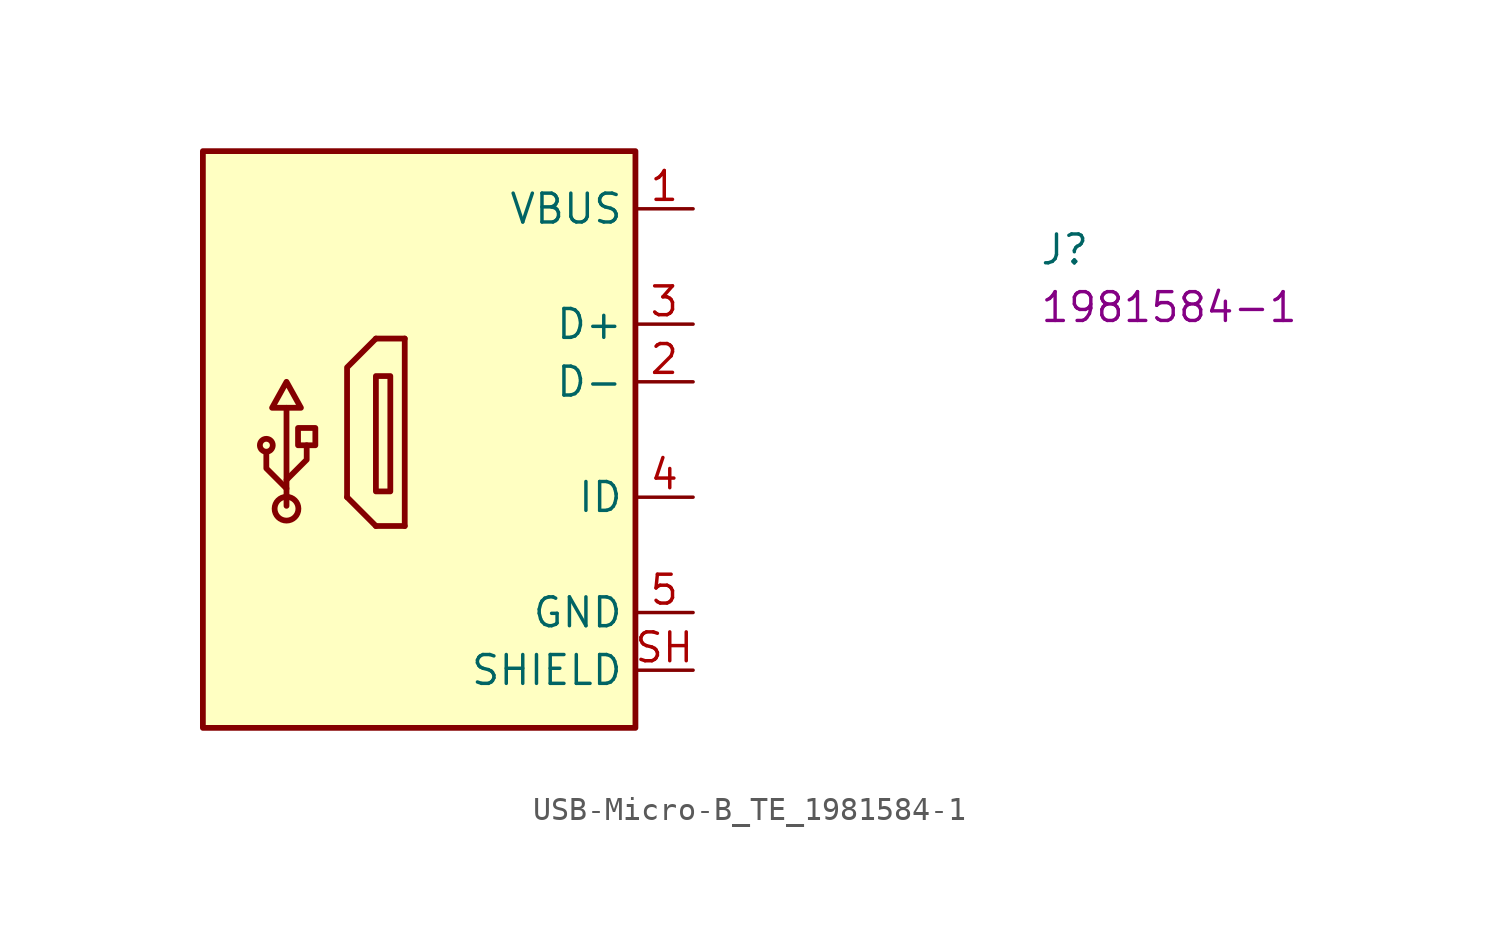
<source format=kicad_sym>
(kicad_symbol_lib
  (version 20220914)
  (generator kicad_symbol_editor)
  (symbol "USB-Micro-B_TE_1981584-1"
    (property "Reference" "J"
      (at 15.24 -2.54 0)
      (effects (font (size 1.27 1.27) (thickness 0.15)) (justify left bottom)))
    (property "MPN" "1981584-1"
      (at 15.24 -5.08 0)
      (effects (font (size 1.27 1.27) (thickness 0.15)) (justify left bottom)))
    (symbol "USB-Micro-B_TE_1981584-1_1_1"
      (rectangle (start -21.59 2.54) (end -2.54 -22.86) (stroke (width 0.254) (type default)) (fill (type background)))
      (circle (center -18.796 -10.414) (radius 0.284) (stroke (width 0.254) (type default)) (fill (type background)))
      (circle (center -17.907 -13.208) (radius 0.524) (stroke (width 0.254) (type default)) (fill (type background)))
      (rectangle (start -17.399 -10.414) (end -16.637 -9.652) (stroke (width 0.254) (type default)) (fill (type background)))
      (rectangle (start -13.335 -7.366) (end -13.97 -12.446) (stroke (width 0.254) (type default)) (fill (type background)))
      (polyline (pts (xy -17.907 -13.081) (xy -17.907 -8.763)) (stroke (width 0.254) (type default)) (fill (type background)))
      (polyline (pts (xy -13.97 -13.97) (xy -15.24 -12.7)) (stroke (width 0.254) (type default)) (fill (type background)))
      (polyline (pts (xy -12.7 -13.97) (xy -13.97 -13.97)) (stroke (width 0.254) (type default)) (fill (type background)))
      (polyline (pts (xy -12.7 -13.97) (xy -12.7 -5.715)) (stroke (width 0.254) (type default)) (fill (type background)))
      (polyline (pts (xy -12.7 -5.715) (xy -13.97 -5.715)) (stroke (width 0.254) (type default)) (fill (type background)))
      (polyline (pts (xy -17.907 -12.319) (xy -18.796 -11.43) (xy -18.796 -10.795)) (stroke (width 0.254) (type default)) (fill (type background)))
      (polyline (pts (xy -17.907 -11.938) (xy -17.018 -11.049) (xy -17.018 -10.414)) (stroke (width 0.254) (type default)) (fill (type background)))
      (polyline (pts (xy -13.97 -5.715) (xy -15.24 -6.985) (xy -15.24 -12.7)) (stroke (width 0.254) (type default)) (fill (type background)))
      (polyline (pts (xy -18.542 -8.763) (xy -17.907 -7.62) (xy -17.272 -8.763) (xy -18.542 -8.763)) (stroke (width 0.254) (type default)) (fill (type background)))
      (pin passive line (at 0 0 180) (length 2.54) (name "VBUS" (effects (font (size 1.27 1.27)))) (number "1" (effects (font (size 1.27 1.27)))))
      (pin bidirectional line (at 0 -7.62 180) (length 2.54) (name "D-" (effects (font (size 1.27 1.27)))) (number "2" (effects (font (size 1.27 1.27)))))
      (pin bidirectional line (at 0 -5.08 180) (length 2.54) (name "D+" (effects (font (size 1.27 1.27)))) (number "3" (effects (font (size 1.27 1.27)))))
      (pin bidirectional line (at 0 -12.7 180) (length 2.54) (name "ID" (effects (font (size 1.27 1.27)))) (number "4" (effects (font (size 1.27 1.27)))))
      (pin power_in line (at 0 -17.78 180) (length 2.54) (name "GND" (effects (font (size 1.27 1.27)))) (number "5" (effects (font (size 1.27 1.27)))))
      (pin passive line (at 0 -20.32 180) (length 2.54) (name "SHIELD" (effects (font (size 1.27 1.27)))) (number "SH" (effects (font (size 1.27 1.27))))))))
</source>
